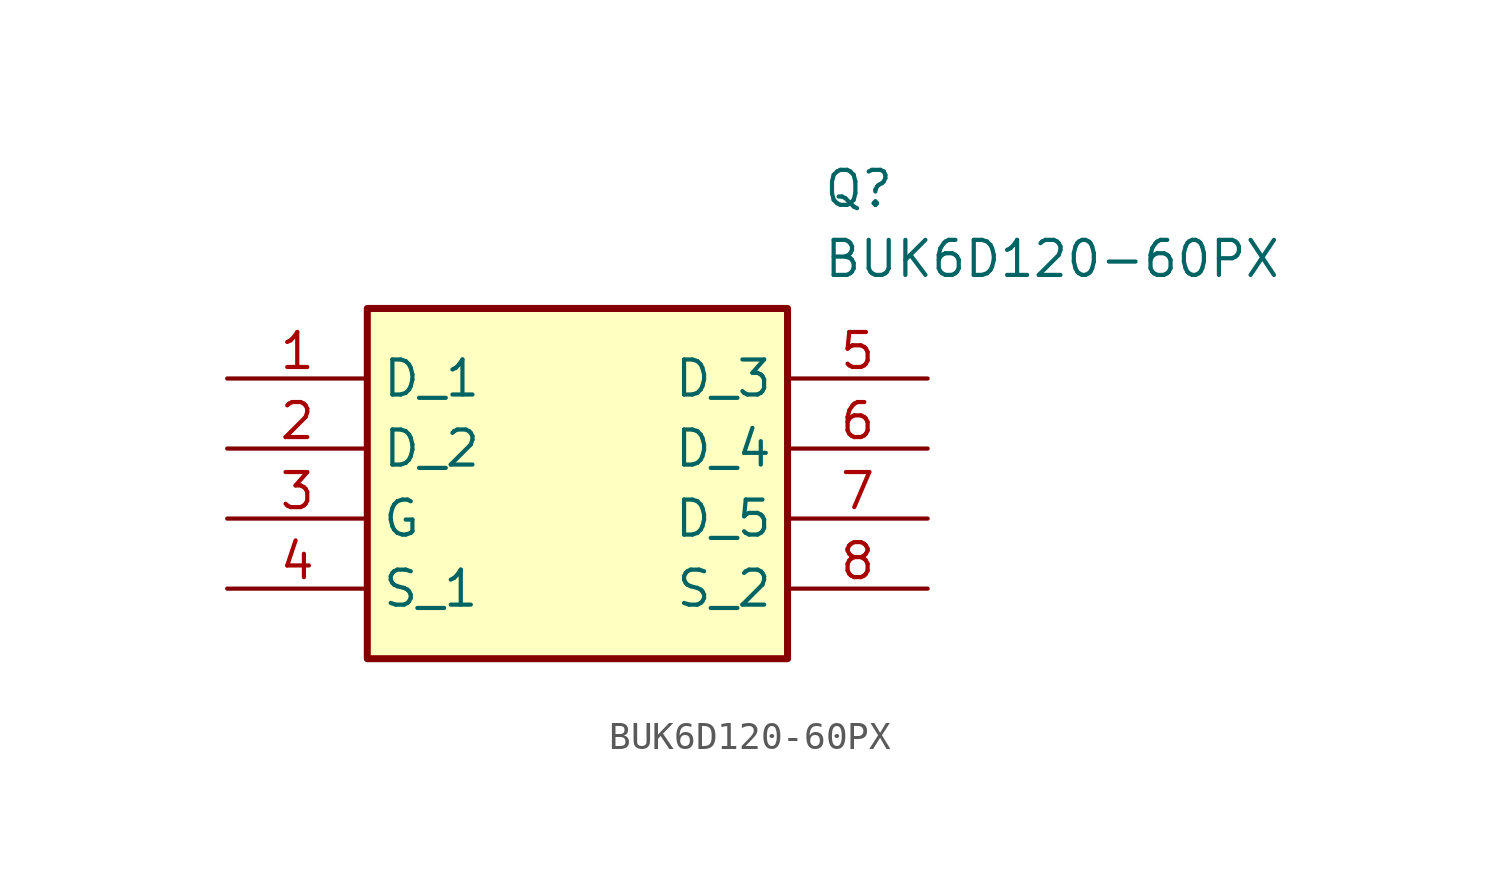
<source format=kicad_sym>
(kicad_symbol_lib
  (version 20211014)
  (generator SamacSys_ECAD_Model)
  (symbol "BUK6D120-60PX"
    (property "Reference" "Q"
      (at 21.59 7.62 0)
      (effects (font (size 1.27 1.27)) (justify left top)))
    (property "Value" "BUK6D120-60PX"
      (at 21.59 5.08 0)
      (effects (font (size 1.27 1.27)) (justify left top)))
    (rectangle
      (start 5.08 2.54)
      (end 20.32 -10.16)
      (stroke (width 0.254) (type default))
      (fill (type background)))
    (pin passive line
      (at 0 0 0)
      (length 5.08)
      (name "D_1" (effects (font (size 1.27 1.27))))
      (number "1" (effects (font (size 1.27 1.27)))))
    (pin passive line
      (at 0 -2.54 0)
      (length 5.08)
      (name "D_2" (effects (font (size 1.27 1.27))))
      (number "2" (effects (font (size 1.27 1.27)))))
    (pin passive line
      (at 0 -5.08 0)
      (length 5.08)
      (name "G" (effects (font (size 1.27 1.27))))
      (number "3" (effects (font (size 1.27 1.27)))))
    (pin passive line
      (at 0 -7.62 0)
      (length 5.08)
      (name "S_1" (effects (font (size 1.27 1.27))))
      (number "4" (effects (font (size 1.27 1.27)))))
    (pin passive line
      (at 25.4 0 180)
      (length 5.08)
      (name "D_3" (effects (font (size 1.27 1.27))))
      (number "5" (effects (font (size 1.27 1.27)))))
    (pin passive line
      (at 25.4 -2.54 180)
      (length 5.08)
      (name "D_4" (effects (font (size 1.27 1.27))))
      (number "6" (effects (font (size 1.27 1.27)))))
    (pin passive line
      (at 25.4 -5.08 180)
      (length 5.08)
      (name "D_5" (effects (font (size 1.27 1.27))))
      (number "7" (effects (font (size 1.27 1.27)))))
    (pin passive line
      (at 25.4 -7.62 180)
      (length 5.08)
      (name "S_2" (effects (font (size 1.27 1.27))))
      (number "8" (effects (font (size 1.27 1.27)))))))
</source>
